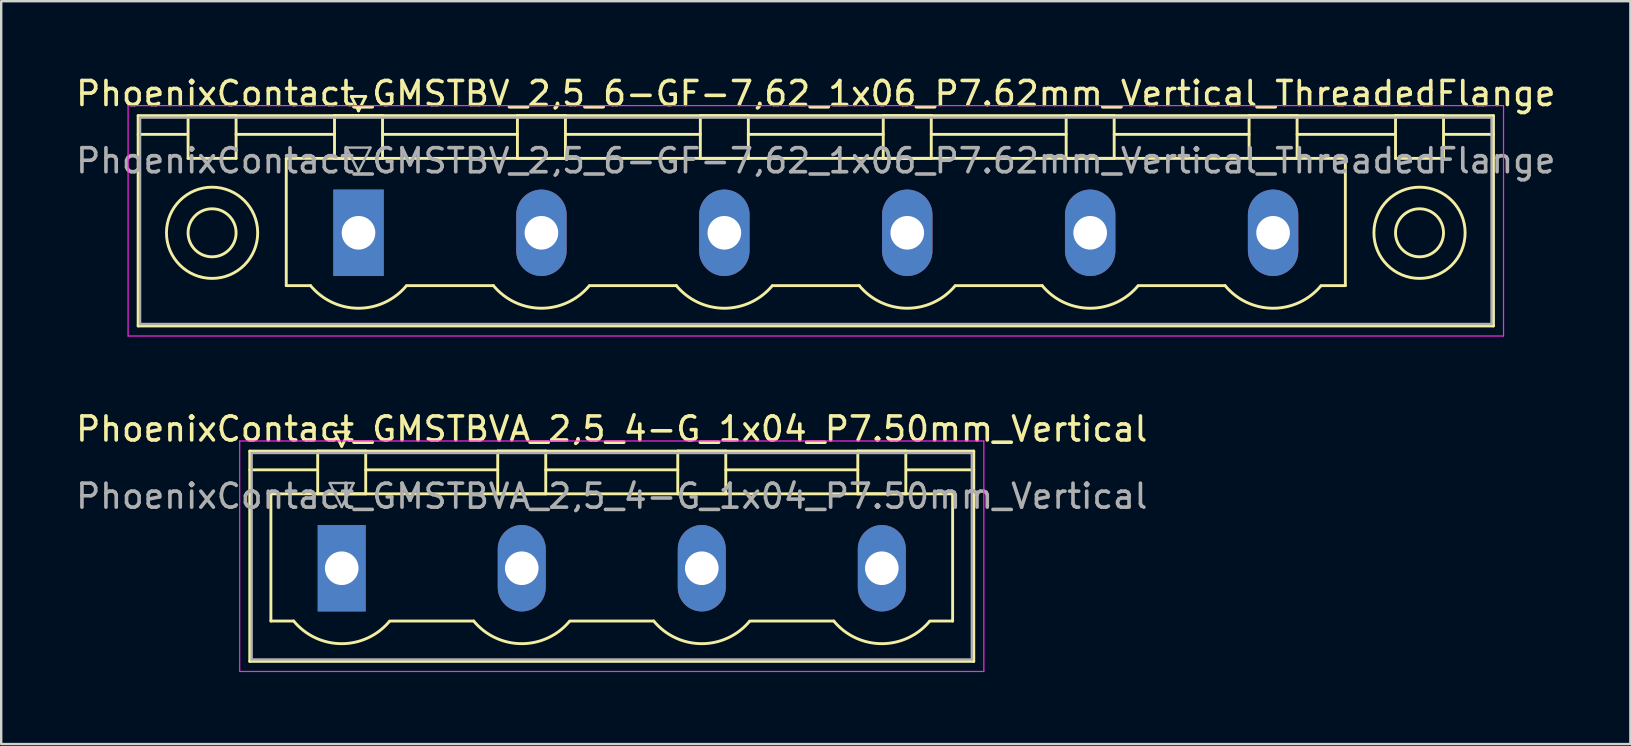
<source format=kicad_pcb>
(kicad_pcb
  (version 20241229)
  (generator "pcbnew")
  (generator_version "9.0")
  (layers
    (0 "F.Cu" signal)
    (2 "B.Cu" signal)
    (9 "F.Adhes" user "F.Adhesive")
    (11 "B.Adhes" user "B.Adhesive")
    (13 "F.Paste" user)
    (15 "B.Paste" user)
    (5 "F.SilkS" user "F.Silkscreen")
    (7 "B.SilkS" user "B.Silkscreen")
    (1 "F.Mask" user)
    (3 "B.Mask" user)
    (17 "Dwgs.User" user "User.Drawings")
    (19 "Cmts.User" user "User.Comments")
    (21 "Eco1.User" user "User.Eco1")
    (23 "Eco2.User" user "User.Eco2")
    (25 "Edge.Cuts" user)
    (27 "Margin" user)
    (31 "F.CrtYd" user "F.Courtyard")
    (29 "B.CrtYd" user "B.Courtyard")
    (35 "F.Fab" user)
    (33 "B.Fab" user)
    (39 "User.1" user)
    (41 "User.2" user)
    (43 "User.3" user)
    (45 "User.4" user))
  (footprint "PhoenixContact_GMSTBV_2,5_6-GF-7,62_1x06_P7.62mm_Vertical_ThreadedFlange"
    (layer "F.Cu")
    (at 11.885 6.648)
    (property "Reference" "PhoenixContact_GMSTBV_2,5_6-GF-7,62_1x06_P7.62mm_Vertical_ThreadedFlange" (at 19.05 -5.8 0) (layer "F.SilkS") (effects (font (size 1 1) (thickness 0.15))))
    (attr through_hole)
    (fp_line (start -9.18 -4.88) (end -9.18 3.88) (stroke (width 0.12) (type solid)) (layer "F.SilkS"))
    (fp_line (start -9.18 -4.1) (end -7.18 -4.1) (stroke (width 0.12) (type solid)) (layer "F.SilkS"))
    (fp_line (start -9.18 3.88) (end 47.28 3.88) (stroke (width 0.12) (type solid)) (layer "F.SilkS"))
    (fp_line (start -7.1 -4.88) (end -5.1 -4.88) (stroke (width 0.12) (type solid)) (layer "F.SilkS"))
    (fp_line (start -7.1 -3.1) (end -7.1 -4.88) (stroke (width 0.12) (type solid)) (layer "F.SilkS"))
    (fp_line (start -5.1 -4.88) (end -5.1 -3.1) (stroke (width 0.12) (type solid)) (layer "F.SilkS"))
    (fp_line (start -5.1 -4.1) (end -1 -4.1) (stroke (width 0.12) (type solid)) (layer "F.SilkS"))
    (fp_line (start -5.1 -3.1) (end -7.1 -3.1) (stroke (width 0.12) (type solid)) (layer "F.SilkS"))
    (fp_line (start -3.01 -3.1) (end 41.11 -3.1) (stroke (width 0.12) (type solid)) (layer "F.SilkS"))
    (fp_line (start -3.01 2.2) (end -3.01 -3.1) (stroke (width 0.12) (type solid)) (layer "F.SilkS"))
    (fp_line (start -2 2.2) (end -3.01 2.2) (stroke (width 0.12) (type solid)) (layer "F.SilkS"))
    (fp_line (start -1 -4.88) (end 1 -4.88) (stroke (width 0.12) (type solid)) (layer "F.SilkS"))
    (fp_line (start -1 -3.1) (end -1 -4.88) (stroke (width 0.12) (type solid)) (layer "F.SilkS"))
    (fp_line (start -0.3 -5.68) (end 0.3 -5.68) (stroke (width 0.12) (type solid)) (layer "F.SilkS"))
    (fp_line (start 0 -5.08) (end -0.3 -5.68) (stroke (width 0.12) (type solid)) (layer "F.SilkS"))
    (fp_line (start 0.3 -5.68) (end 0 -5.08) (stroke (width 0.12) (type solid)) (layer "F.SilkS"))
    (fp_line (start 1 -4.88) (end 1 -3.1) (stroke (width 0.12) (type solid)) (layer "F.SilkS"))
    (fp_line (start 1 -4.1) (end 6.62 -4.1) (stroke (width 0.12) (type solid)) (layer "F.SilkS"))
    (fp_line (start 1 -3.1) (end -1 -3.1) (stroke (width 0.12) (type solid)) (layer "F.SilkS"))
    (fp_line (start 2 2.2) (end 5.62 2.2) (stroke (width 0.12) (type solid)) (layer "F.SilkS"))
    (fp_line (start 6.62 -4.88) (end 8.62 -4.88) (stroke (width 0.12) (type solid)) (layer "F.SilkS"))
    (fp_line (start 6.62 -3.1) (end 6.62 -4.88) (stroke (width 0.12) (type solid)) (layer "F.SilkS"))
    (fp_line (start 8.62 -4.88) (end 8.62 -3.1) (stroke (width 0.12) (type solid)) (layer "F.SilkS"))
    (fp_line (start 8.62 -4.1) (end 14.24 -4.1) (stroke (width 0.12) (type solid)) (layer "F.SilkS"))
    (fp_line (start 8.62 -3.1) (end 6.62 -3.1) (stroke (width 0.12) (type solid)) (layer "F.SilkS"))
    (fp_line (start 9.62 2.2) (end 13.24 2.2) (stroke (width 0.12) (type solid)) (layer "F.SilkS"))
    (fp_line (start 14.24 -4.88) (end 16.24 -4.88) (stroke (width 0.12) (type solid)) (layer "F.SilkS"))
    (fp_line (start 14.24 -3.1) (end 14.24 -4.88) (stroke (width 0.12) (type solid)) (layer "F.SilkS"))
    (fp_line (start 16.24 -4.88) (end 16.24 -3.1) (stroke (width 0.12) (type solid)) (layer "F.SilkS"))
    (fp_line (start 16.24 -4.1) (end 21.86 -4.1) (stroke (width 0.12) (type solid)) (layer "F.SilkS"))
    (fp_line (start 16.24 -3.1) (end 14.24 -3.1) (stroke (width 0.12) (type solid)) (layer "F.SilkS"))
    (fp_line (start 17.24 2.2) (end 20.86 2.2) (stroke (width 0.12) (type solid)) (layer "F.SilkS"))
    (fp_line (start 21.86 -4.88) (end 23.86 -4.88) (stroke (width 0.12) (type solid)) (layer "F.SilkS"))
    (fp_line (start 21.86 -3.1) (end 21.86 -4.88) (stroke (width 0.12) (type solid)) (layer "F.SilkS"))
    (fp_line (start 23.86 -4.88) (end 23.86 -3.1) (stroke (width 0.12) (type solid)) (layer "F.SilkS"))
    (fp_line (start 23.86 -4.1) (end 29.48 -4.1) (stroke (width 0.12) (type solid)) (layer "F.SilkS"))
    (fp_line (start 23.86 -3.1) (end 21.86 -3.1) (stroke (width 0.12) (type solid)) (layer "F.SilkS"))
    (fp_line (start 24.86 2.2) (end 28.48 2.2) (stroke (width 0.12) (type solid)) (layer "F.SilkS"))
    (fp_line (start 29.48 -4.88) (end 31.48 -4.88) (stroke (width 0.12) (type solid)) (layer "F.SilkS"))
    (fp_line (start 29.48 -3.1) (end 29.48 -4.88) (stroke (width 0.12) (type solid)) (layer "F.SilkS"))
    (fp_line (start 31.48 -4.88) (end 31.48 -3.1) (stroke (width 0.12) (type solid)) (layer "F.SilkS"))
    (fp_line (start 31.48 -4.1) (end 37.1 -4.1) (stroke (width 0.12) (type solid)) (layer "F.SilkS"))
    (fp_line (start 31.48 -3.1) (end 29.48 -3.1) (stroke (width 0.12) (type solid)) (layer "F.SilkS"))
    (fp_line (start 32.48 2.2) (end 36.1 2.2) (stroke (width 0.12) (type solid)) (layer "F.SilkS"))
    (fp_line (start 37.1 -4.88) (end 39.1 -4.88) (stroke (width 0.12) (type solid)) (layer "F.SilkS"))
    (fp_line (start 37.1 -3.1) (end 37.1 -4.88) (stroke (width 0.12) (type solid)) (layer "F.SilkS"))
    (fp_line (start 39.1 -4.88) (end 39.1 -3.1) (stroke (width 0.12) (type solid)) (layer "F.SilkS"))
    (fp_line (start 39.1 -4.1) (end 43.2 -4.1) (stroke (width 0.12) (type solid)) (layer "F.SilkS"))
    (fp_line (start 39.1 -3.1) (end 37.1 -3.1) (stroke (width 0.12) (type solid)) (layer "F.SilkS"))
    (fp_line (start 41.11 -3.1) (end 41.11 2.2) (stroke (width 0.12) (type solid)) (layer "F.SilkS"))
    (fp_line (start 41.11 2.2) (end 40.1 2.2) (stroke (width 0.12) (type solid)) (layer "F.SilkS"))
    (fp_line (start 43.2 -4.88) (end 45.2 -4.88) (stroke (width 0.12) (type solid)) (layer "F.SilkS"))
    (fp_line (start 43.2 -3.1) (end 43.2 -4.88) (stroke (width 0.12) (type solid)) (layer "F.SilkS"))
    (fp_line (start 45.2 -4.88) (end 45.2 -3.1) (stroke (width 0.12) (type solid)) (layer "F.SilkS"))
    (fp_line (start 45.2 -3.1) (end 43.2 -3.1) (stroke (width 0.12) (type solid)) (layer "F.SilkS"))
    (fp_line (start 47.28 -4.88) (end -9.18 -4.88) (stroke (width 0.12) (type solid)) (layer "F.SilkS"))
    (fp_line (start 47.28 -4.1) (end 45.28 -4.1) (stroke (width 0.12) (type solid)) (layer "F.SilkS"))
    (fp_line (start 47.28 3.88) (end 47.28 -4.88) (stroke (width 0.12) (type solid)) (layer "F.SilkS"))
    (fp_arc (start 1.986842 2.215821) (mid -0.010289 3.142758) (end -2 2.2) (stroke (width 0.12) (type solid)) (layer "F.SilkS"))
    (fp_arc (start 9.606842 2.215821) (mid 7.609711 3.142758) (end 5.62 2.2) (stroke (width 0.12) (type solid)) (layer "F.SilkS"))
    (fp_arc (start 17.226842 2.215821) (mid 15.229711 3.142758) (end 13.24 2.2) (stroke (width 0.12) (type solid)) (layer "F.SilkS"))
    (fp_arc (start 24.846842 2.215821) (mid 22.849711 3.142758) (end 20.86 2.2) (stroke (width 0.12) (type solid)) (layer "F.SilkS"))
    (fp_arc (start 32.466842 2.215821) (mid 30.469711 3.142758) (end 28.48 2.2) (stroke (width 0.12) (type solid)) (layer "F.SilkS"))
    (fp_arc (start 40.086842 2.215821) (mid 38.089711 3.142758) (end 36.1 2.2) (stroke (width 0.12) (type solid)) (layer "F.SilkS"))
    (fp_circle (center -6.1 0) (end -5.1 0) (stroke (width 0.12) (type solid)) (fill no) (layer "F.SilkS"))
    (fp_circle (center -6.1 0) (end -4.2 0) (stroke (width 0.12) (type solid)) (fill no) (layer "F.SilkS"))
    (fp_circle (center 44.2 0) (end 45.2 0) (stroke (width 0.12) (type solid)) (fill no) (layer "F.SilkS"))
    (fp_circle (center 44.2 0) (end 46.1 0) (stroke (width 0.12) (type solid)) (fill no) (layer "F.SilkS"))
    (fp_line (start -9.6 -5.3) (end -9.6 4.3) (stroke (width 0.05) (type solid)) (layer "F.CrtYd"))
    (fp_line (start -9.6 4.3) (end 47.7 4.3) (stroke (width 0.05) (type solid)) (layer "F.CrtYd"))
    (fp_line (start 47.7 -5.3) (end -9.6 -5.3) (stroke (width 0.05) (type solid)) (layer "F.CrtYd"))
    (fp_line (start 47.7 4.3) (end 47.7 -5.3) (stroke (width 0.05) (type solid)) (layer "F.CrtYd"))
    (fp_line (start -9.1 -4.8) (end -9.1 3.8) (stroke (width 0.1) (type solid)) (layer "F.Fab"))
    (fp_line (start -9.1 3.8) (end 47.2 3.8) (stroke (width 0.1) (type solid)) (layer "F.Fab"))
    (fp_line (start -0.5 -3.55) (end 0.5 -3.55) (stroke (width 0.1) (type solid)) (layer "F.Fab"))
    (fp_line (start 0 -2.55) (end -0.5 -3.55) (stroke (width 0.1) (type solid)) (layer "F.Fab"))
    (fp_line (start 0.5 -3.55) (end 0 -2.55) (stroke (width 0.1) (type solid)) (layer "F.Fab"))
    (fp_line (start 47.2 -4.8) (end -9.1 -4.8) (stroke (width 0.1) (type solid)) (layer "F.Fab"))
    (fp_line (start 47.2 3.8) (end 47.2 -4.8) (stroke (width 0.1) (type solid)) (layer "F.Fab"))
    (fp_text user "${REFERENCE}" (at 19.05 -3 0) (layer "F.Fab") (effects (font (size 1 1) (thickness 0.15))))
    (pad "1" thru_hole rect (at 0 0) (size 2.1 3.6) (drill 1.4) (layers "*.Cu" "*.Mask"))
    (pad "2" thru_hole oval (at 7.62 0) (size 2.1 3.6) (drill 1.4) (layers "*.Cu" "*.Mask"))
    (pad "3" thru_hole oval (at 15.24 0) (size 2.1 3.6) (drill 1.4) (layers "*.Cu" "*.Mask"))
    (pad "4" thru_hole oval (at 22.86 0) (size 2.1 3.6) (drill 1.4) (layers "*.Cu" "*.Mask"))
    (pad "5" thru_hole oval (at 30.48 0) (size 2.1 3.6) (drill 1.4) (layers "*.Cu" "*.Mask"))
    (pad "6" thru_hole oval (at 38.1 0) (size 2.1 3.6) (drill 1.4) (layers "*.Cu" "*.Mask")))
  (footprint "PhoenixContact_GMSTBVA_2,5_4-G_1x04_P7.50mm_Vertical"
    (layer "F.Cu")
    (at 11.185 20.622)
    (property "Reference" "PhoenixContact_GMSTBVA_2,5_4-G_1x04_P7.50mm_Vertical" (at 11.25 -5.8 0) (layer "F.SilkS") (effects (font (size 1 1) (thickness 0.15))))
    (attr through_hole)
    (fp_line (start -3.83 -4.88) (end -3.83 3.88) (stroke (width 0.12) (type solid)) (layer "F.SilkS"))
    (fp_line (start -3.83 -4.1) (end -1.08 -4.1) (stroke (width 0.12) (type solid)) (layer "F.SilkS"))
    (fp_line (start -3.83 3.88) (end 26.33 3.88) (stroke (width 0.12) (type solid)) (layer "F.SilkS"))
    (fp_line (start -2.95 -3.1) (end 25.45 -3.1) (stroke (width 0.12) (type solid)) (layer "F.SilkS"))
    (fp_line (start -2.95 2.2) (end -2.95 -3.1) (stroke (width 0.12) (type solid)) (layer "F.SilkS"))
    (fp_line (start -2 2.2) (end -2.95 2.2) (stroke (width 0.12) (type solid)) (layer "F.SilkS"))
    (fp_line (start -1 -4.88) (end 1 -4.88) (stroke (width 0.12) (type solid)) (layer "F.SilkS"))
    (fp_line (start -1 -3.1) (end -1 -4.88) (stroke (width 0.12) (type solid)) (layer "F.SilkS"))
    (fp_line (start -0.3 -5.68) (end 0.3 -5.68) (stroke (width 0.12) (type solid)) (layer "F.SilkS"))
    (fp_line (start 0 -5.08) (end -0.3 -5.68) (stroke (width 0.12) (type solid)) (layer "F.SilkS"))
    (fp_line (start 0.3 -5.68) (end 0 -5.08) (stroke (width 0.12) (type solid)) (layer "F.SilkS"))
    (fp_line (start 1 -4.88) (end 1 -3.1) (stroke (width 0.12) (type solid)) (layer "F.SilkS"))
    (fp_line (start 1 -4.1) (end 6.5 -4.1) (stroke (width 0.12) (type solid)) (layer "F.SilkS"))
    (fp_line (start 1 -3.1) (end -1 -3.1) (stroke (width 0.12) (type solid)) (layer "F.SilkS"))
    (fp_line (start 2 2.2) (end 5.5 2.2) (stroke (width 0.12) (type solid)) (layer "F.SilkS"))
    (fp_line (start 6.5 -4.88) (end 8.5 -4.88) (stroke (width 0.12) (type solid)) (layer "F.SilkS"))
    (fp_line (start 6.5 -3.1) (end 6.5 -4.88) (stroke (width 0.12) (type solid)) (layer "F.SilkS"))
    (fp_line (start 8.5 -4.88) (end 8.5 -3.1) (stroke (width 0.12) (type solid)) (layer "F.SilkS"))
    (fp_line (start 8.5 -4.1) (end 14 -4.1) (stroke (width 0.12) (type solid)) (layer "F.SilkS"))
    (fp_line (start 8.5 -3.1) (end 6.5 -3.1) (stroke (width 0.12) (type solid)) (layer "F.SilkS"))
    (fp_line (start 9.5 2.2) (end 13 2.2) (stroke (width 0.12) (type solid)) (layer "F.SilkS"))
    (fp_line (start 14 -4.88) (end 16 -4.88) (stroke (width 0.12) (type solid)) (layer "F.SilkS"))
    (fp_line (start 14 -3.1) (end 14 -4.88) (stroke (width 0.12) (type solid)) (layer "F.SilkS"))
    (fp_line (start 16 -4.88) (end 16 -3.1) (stroke (width 0.12) (type solid)) (layer "F.SilkS"))
    (fp_line (start 16 -4.1) (end 21.5 -4.1) (stroke (width 0.12) (type solid)) (layer "F.SilkS"))
    (fp_line (start 16 -3.1) (end 14 -3.1) (stroke (width 0.12) (type solid)) (layer "F.SilkS"))
    (fp_line (start 17 2.2) (end 20.5 2.2) (stroke (width 0.12) (type solid)) (layer "F.SilkS"))
    (fp_line (start 21.5 -4.88) (end 23.5 -4.88) (stroke (width 0.12) (type solid)) (layer "F.SilkS"))
    (fp_line (start 21.5 -3.1) (end 21.5 -4.88) (stroke (width 0.12) (type solid)) (layer "F.SilkS"))
    (fp_line (start 23.5 -4.88) (end 23.5 -3.1) (stroke (width 0.12) (type solid)) (layer "F.SilkS"))
    (fp_line (start 23.5 -3.1) (end 21.5 -3.1) (stroke (width 0.12) (type solid)) (layer "F.SilkS"))
    (fp_line (start 25.45 -3.1) (end 25.45 2.2) (stroke (width 0.12) (type solid)) (layer "F.SilkS"))
    (fp_line (start 25.45 2.2) (end 24.5 2.2) (stroke (width 0.12) (type solid)) (layer "F.SilkS"))
    (fp_line (start 26.33 -4.88) (end -3.83 -4.88) (stroke (width 0.12) (type solid)) (layer "F.SilkS"))
    (fp_line (start 26.33 -4.1) (end 23.58 -4.1) (stroke (width 0.12) (type solid)) (layer "F.SilkS"))
    (fp_line (start 26.33 3.88) (end 26.33 -4.88) (stroke (width 0.12) (type solid)) (layer "F.SilkS"))
    (fp_arc (start 1.986842 2.215821) (mid -0.010289 3.142758) (end -2 2.2) (stroke (width 0.12) (type solid)) (layer "F.SilkS"))
    (fp_arc (start 9.486842 2.215821) (mid 7.489711 3.142758) (end 5.5 2.2) (stroke (width 0.12) (type solid)) (layer "F.SilkS"))
    (fp_arc (start 16.986842 2.215821) (mid 14.989711 3.142758) (end 13 2.2) (stroke (width 0.12) (type solid)) (layer "F.SilkS"))
    (fp_arc (start 24.486842 2.215821) (mid 22.489711 3.142758) (end 20.5 2.2) (stroke (width 0.12) (type solid)) (layer "F.SilkS"))
    (fp_line (start -4.25 -5.3) (end -4.25 4.3) (stroke (width 0.05) (type solid)) (layer "F.CrtYd"))
    (fp_line (start -4.25 4.3) (end 26.75 4.3) (stroke (width 0.05) (type solid)) (layer "F.CrtYd"))
    (fp_line (start 26.75 -5.3) (end -4.25 -5.3) (stroke (width 0.05) (type solid)) (layer "F.CrtYd"))
    (fp_line (start 26.75 4.3) (end 26.75 -5.3) (stroke (width 0.05) (type solid)) (layer "F.CrtYd"))
    (fp_line (start -3.75 -4.8) (end -3.75 3.8) (stroke (width 0.1) (type solid)) (layer "F.Fab"))
    (fp_line (start -3.75 3.8) (end 26.25 3.8) (stroke (width 0.1) (type solid)) (layer "F.Fab"))
    (fp_line (start -0.5 -3.55) (end 0.5 -3.55) (stroke (width 0.1) (type solid)) (layer "F.Fab"))
    (fp_line (start 0 -2.55) (end -0.5 -3.55) (stroke (width 0.1) (type solid)) (layer "F.Fab"))
    (fp_line (start 0.5 -3.55) (end 0 -2.55) (stroke (width 0.1) (type solid)) (layer "F.Fab"))
    (fp_line (start 26.25 -4.8) (end -3.75 -4.8) (stroke (width 0.1) (type solid)) (layer "F.Fab"))
    (fp_line (start 26.25 3.8) (end 26.25 -4.8) (stroke (width 0.1) (type solid)) (layer "F.Fab"))
    (fp_text user "${REFERENCE}" (at 11.25 -3 0) (layer "F.Fab") (effects (font (size 1 1) (thickness 0.15))))
    (pad "1" thru_hole rect (at 0 0) (size 2 3.6) (drill 1.4) (layers "*.Cu" "*.Mask"))
    (pad "2" thru_hole oval (at 7.5 0) (size 2 3.6) (drill 1.4) (layers "*.Cu" "*.Mask"))
    (pad "3" thru_hole oval (at 15 0) (size 2 3.6) (drill 1.4) (layers "*.Cu" "*.Mask"))
    (pad "4" thru_hole oval (at 22.5 0) (size 2 3.6) (drill 1.4) (layers "*.Cu" "*.Mask")))
  (gr_rect
    (start -3 -3)
    (end 64.869 27.947)
    (stroke (width 0.1) (type default))
    (fill no)
    (layer "Edge.Cuts")))
</source>
